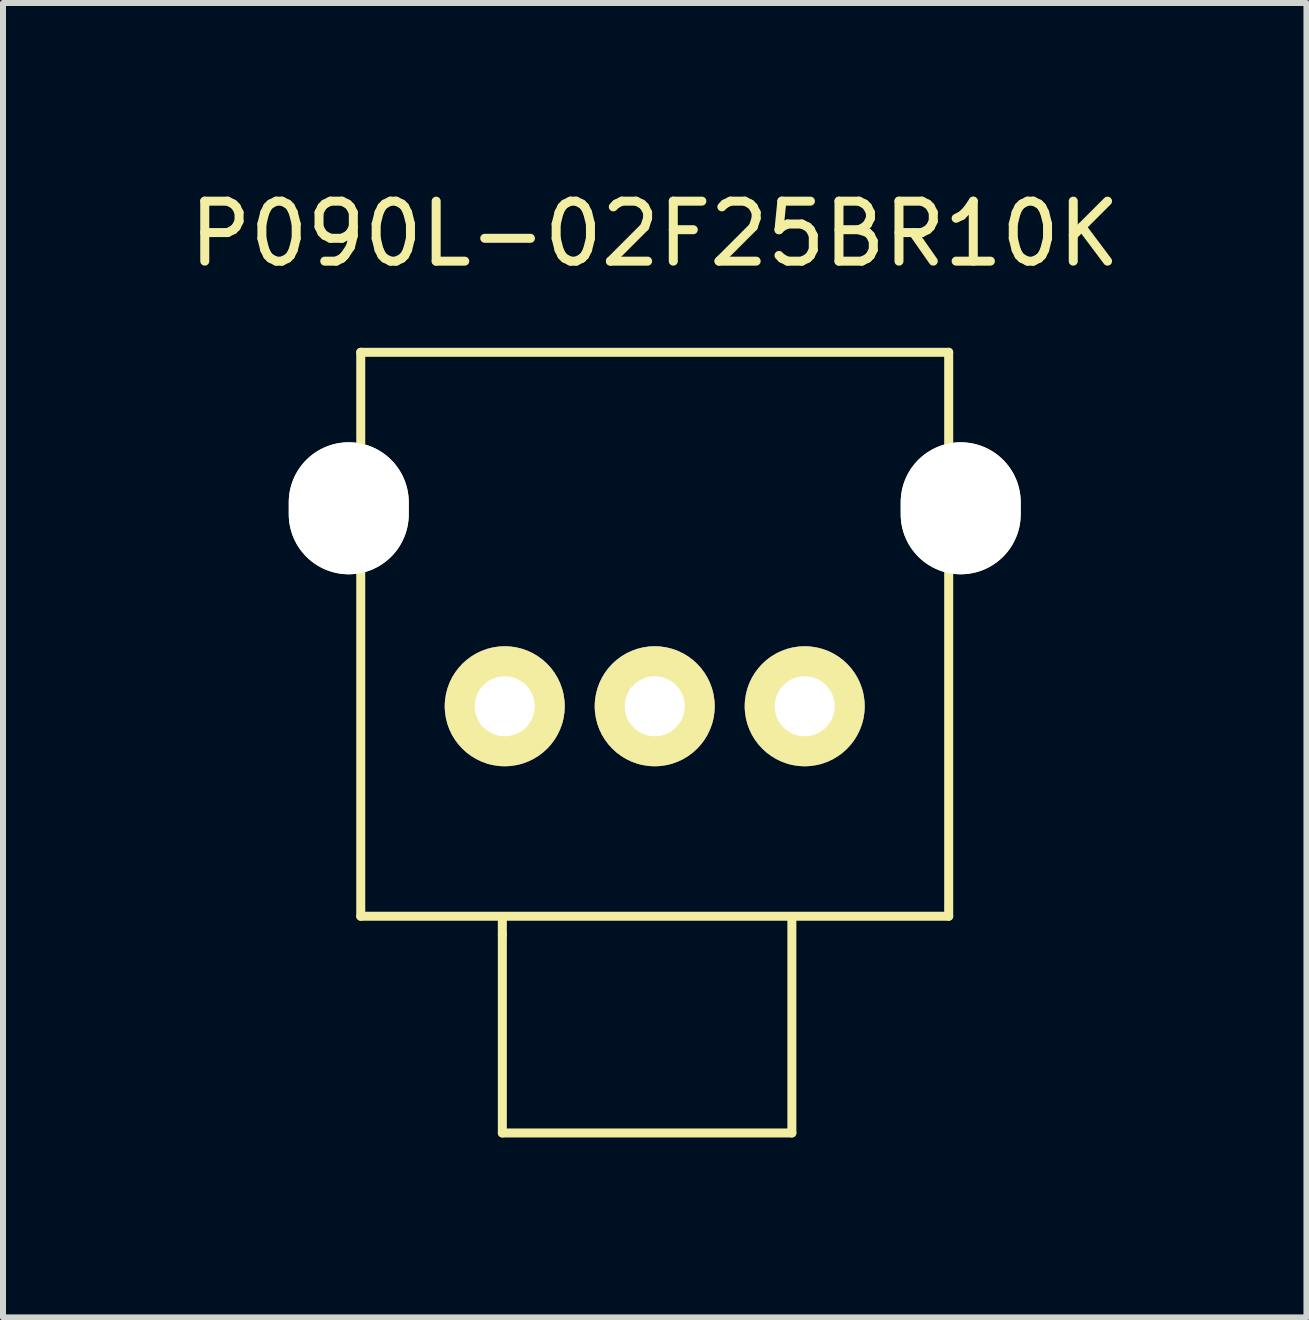
<source format=kicad_pcb>
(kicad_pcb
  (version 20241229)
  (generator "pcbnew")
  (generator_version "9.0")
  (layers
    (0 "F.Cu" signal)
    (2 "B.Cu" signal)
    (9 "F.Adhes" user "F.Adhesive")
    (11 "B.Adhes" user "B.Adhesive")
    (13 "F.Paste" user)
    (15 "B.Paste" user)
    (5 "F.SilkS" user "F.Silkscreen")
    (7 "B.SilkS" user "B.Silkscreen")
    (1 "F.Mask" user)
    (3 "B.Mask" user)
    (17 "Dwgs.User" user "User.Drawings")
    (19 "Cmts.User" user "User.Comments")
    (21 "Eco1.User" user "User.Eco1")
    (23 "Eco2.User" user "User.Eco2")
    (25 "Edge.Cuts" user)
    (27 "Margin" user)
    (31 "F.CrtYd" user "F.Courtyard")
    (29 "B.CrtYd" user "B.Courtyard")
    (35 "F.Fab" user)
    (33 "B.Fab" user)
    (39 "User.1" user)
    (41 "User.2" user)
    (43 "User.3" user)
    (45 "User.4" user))
  (footprint "P090L-02F25BR10K"
    (layer "F.Cu")
    (at 7.863 8.722)
    (property "Reference" "P090L-02F25BR10K" (at 0 -7.874 0) (layer "F.SilkS") (effects (font (size 1 1) (thickness 0.15))))
    (attr through_hole)
    (fp_line (start -4.9 -5.9) (end -4.9 3.5) (stroke (width 0.15) (type solid)) (layer "F.SilkS"))
    (fp_line (start -4.9 -5.9) (end 4.9 -5.9) (stroke (width 0.15) (type solid)) (layer "F.SilkS"))
    (fp_line (start -4.9 3.5) (end 4.9 3.5) (stroke (width 0.15) (type solid)) (layer "F.SilkS"))
    (fp_line (start -2.54 3.81) (end -2.54 3.556) (stroke (width 0.15) (type solid)) (layer "F.SilkS"))
    (fp_line (start -2.54 3.81) (end -2.54 7.112) (stroke (width 0.15) (type solid)) (layer "F.SilkS"))
    (fp_line (start -2.54 7.112) (end 2.286 7.112) (stroke (width 0.15) (type solid)) (layer "F.SilkS"))
    (fp_line (start 2.286 7.112) (end 2.286 3.556) (stroke (width 0.15) (type solid)) (layer "F.SilkS"))
    (fp_line (start 4.9 -5.9) (end 4.9 3.5) (stroke (width 0.15) (type solid)) (layer "F.SilkS"))
    (pad "" np_thru_hole oval (at -5.1 -3.3) (size 2 2.2) (drill oval 2 2.2) (layers "*.Cu" "*.Mask" "F.SilkS"))
    (pad "" np_thru_hole oval (at 5.1 -3.3) (size 2 2.2) (drill oval 2 2.2) (layers "*.Cu" "*.Mask" "F.SilkS"))
    (pad "1" thru_hole circle (at -2.5 0) (size 2 2) (drill 1) (layers "*.Cu" "*.Mask" "F.SilkS"))
    (pad "2" thru_hole circle (at 0 0) (size 2 2) (drill 1) (layers "*.Cu" "*.Mask" "F.SilkS"))
    (pad "3" thru_hole circle (at 2.5 0) (size 2 2) (drill 1) (layers "*.Cu" "*.Mask" "F.SilkS")))
  (gr_rect
    (start -3 -3)
    (end 18.726 18.909)
    (stroke (width 0.1) (type default))
    (fill no)
    (layer "Edge.Cuts")))
</source>
